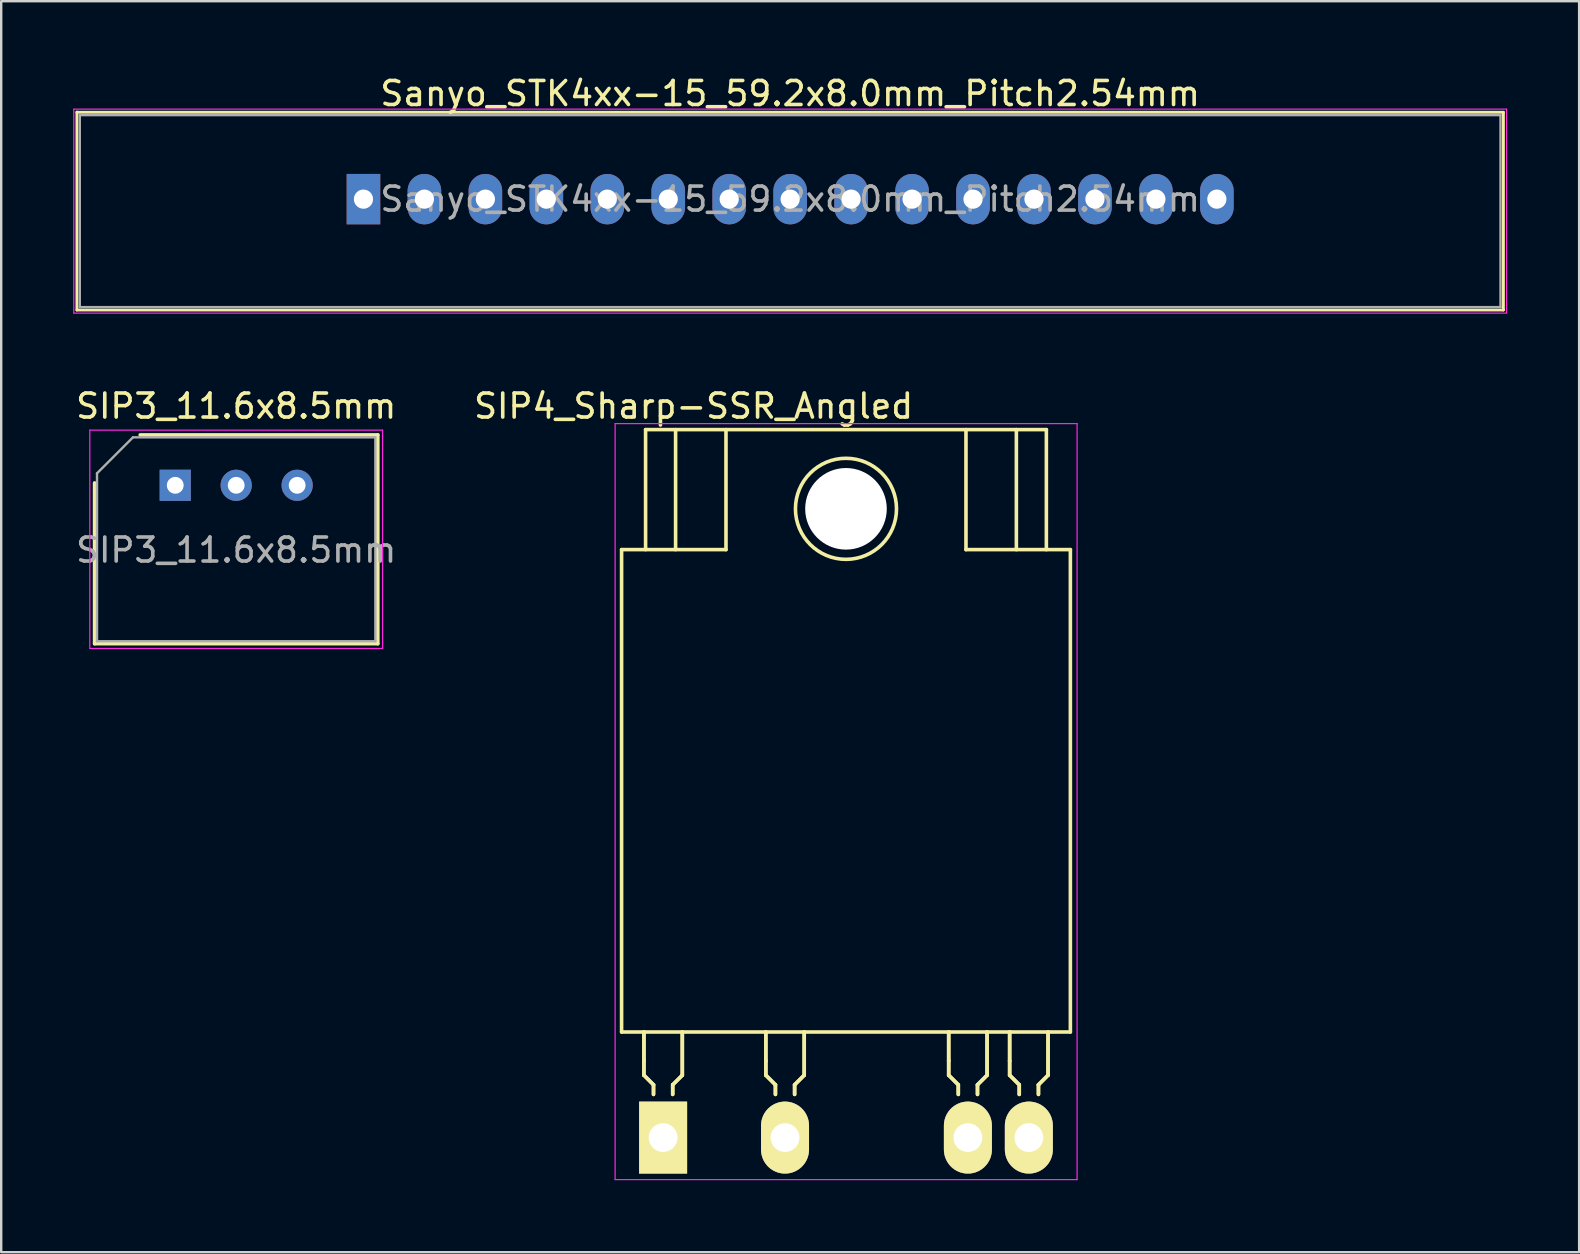
<source format=kicad_pcb>
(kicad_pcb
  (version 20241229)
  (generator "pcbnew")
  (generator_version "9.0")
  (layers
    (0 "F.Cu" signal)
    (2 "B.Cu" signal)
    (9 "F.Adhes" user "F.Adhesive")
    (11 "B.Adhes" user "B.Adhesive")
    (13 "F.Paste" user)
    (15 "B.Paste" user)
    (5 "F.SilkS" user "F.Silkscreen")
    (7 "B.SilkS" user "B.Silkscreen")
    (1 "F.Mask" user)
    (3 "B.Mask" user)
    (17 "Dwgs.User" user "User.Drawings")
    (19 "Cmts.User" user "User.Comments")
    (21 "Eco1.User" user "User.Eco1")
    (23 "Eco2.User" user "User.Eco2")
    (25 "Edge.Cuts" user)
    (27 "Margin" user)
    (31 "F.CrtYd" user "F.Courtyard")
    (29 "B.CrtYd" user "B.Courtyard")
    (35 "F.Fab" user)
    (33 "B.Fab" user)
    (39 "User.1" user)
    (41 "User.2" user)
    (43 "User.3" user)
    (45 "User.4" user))
  (footprint "SIP4_Sharp-SSR_Angled"
    (layer "F.Cu")
    (at 24.581 44.352)
    (property "Reference" "SIP4_Sharp-SSR_Angled" (at 1.27 -30.48 0) (layer "F.SilkS") (effects (font (size 1 1) (thickness 0.15))))
    (attr through_hole)
    (fp_line (start -1.73 -24.5) (end 2.62 -24.5) (stroke (width 0.15) (type solid)) (layer "F.SilkS"))
    (fp_line (start -1.73 -4.4) (end -1.73 -24.5) (stroke (width 0.15) (type solid)) (layer "F.SilkS"))
    (fp_line (start -0.8 -3.2) (end -0.8 -4.4) (stroke (width 0.15) (type solid)) (layer "F.SilkS"))
    (fp_line (start -0.8 -3.2) (end -0.8 -4.4) (stroke (width 0.15) (type solid)) (layer "F.SilkS"))
    (fp_line (start -0.8 -2.6) (end -0.8 -3.2) (stroke (width 0.15) (type solid)) (layer "F.SilkS"))
    (fp_line (start -0.8 -2.6) (end -0.8 -3.2) (stroke (width 0.15) (type solid)) (layer "F.SilkS"))
    (fp_line (start -0.73 -29.5) (end 15.97 -29.5) (stroke (width 0.15) (type solid)) (layer "F.SilkS"))
    (fp_line (start -0.73 -24.5) (end -0.73 -29.5) (stroke (width 0.15) (type solid)) (layer "F.SilkS"))
    (fp_line (start -0.4 -2.2) (end -0.8 -2.6) (stroke (width 0.15) (type solid)) (layer "F.SilkS"))
    (fp_line (start -0.4 -2.2) (end -0.8 -2.6) (stroke (width 0.15) (type solid)) (layer "F.SilkS"))
    (fp_line (start -0.4 -2.2) (end -0.4 -1.8) (stroke (width 0.15) (type solid)) (layer "F.SilkS"))
    (fp_line (start -0.4 -2.2) (end -0.4 -1.8) (stroke (width 0.15) (type solid)) (layer "F.SilkS"))
    (fp_line (start 0.4 -2.2) (end 0.8 -2.6) (stroke (width 0.15) (type solid)) (layer "F.SilkS"))
    (fp_line (start 0.4 -2.2) (end 0.8 -2.6) (stroke (width 0.15) (type solid)) (layer "F.SilkS"))
    (fp_line (start 0.4 -1.8) (end 0.4 -2.2) (stroke (width 0.15) (type solid)) (layer "F.SilkS"))
    (fp_line (start 0.4 -1.8) (end 0.4 -2.2) (stroke (width 0.15) (type solid)) (layer "F.SilkS"))
    (fp_line (start 0.52 -24.5) (end 0.52 -29.5) (stroke (width 0.15) (type solid)) (layer "F.SilkS"))
    (fp_line (start 0.8 -2.6) (end 0.8 -4.4) (stroke (width 0.15) (type solid)) (layer "F.SilkS"))
    (fp_line (start 0.8 -2.6) (end 0.8 -4.4) (stroke (width 0.15) (type solid)) (layer "F.SilkS"))
    (fp_line (start 2.62 -29.5) (end 2.62 -24.5) (stroke (width 0.15) (type solid)) (layer "F.SilkS"))
    (fp_line (start 4.28 -3.2) (end 4.28 -4.4) (stroke (width 0.15) (type solid)) (layer "F.SilkS"))
    (fp_line (start 4.28 -3.2) (end 4.28 -4.4) (stroke (width 0.15) (type solid)) (layer "F.SilkS"))
    (fp_line (start 4.28 -2.6) (end 4.28 -3.2) (stroke (width 0.15) (type solid)) (layer "F.SilkS"))
    (fp_line (start 4.28 -2.6) (end 4.28 -3.2) (stroke (width 0.15) (type solid)) (layer "F.SilkS"))
    (fp_line (start 4.68 -2.2) (end 4.28 -2.6) (stroke (width 0.15) (type solid)) (layer "F.SilkS"))
    (fp_line (start 4.68 -2.2) (end 4.28 -2.6) (stroke (width 0.15) (type solid)) (layer "F.SilkS"))
    (fp_line (start 4.68 -2.2) (end 4.68 -1.8) (stroke (width 0.15) (type solid)) (layer "F.SilkS"))
    (fp_line (start 4.68 -2.2) (end 4.68 -1.8) (stroke (width 0.15) (type solid)) (layer "F.SilkS"))
    (fp_line (start 5.48 -2.2) (end 5.88 -2.6) (stroke (width 0.15) (type solid)) (layer "F.SilkS"))
    (fp_line (start 5.48 -2.2) (end 5.88 -2.6) (stroke (width 0.15) (type solid)) (layer "F.SilkS"))
    (fp_line (start 5.48 -1.8) (end 5.48 -2.2) (stroke (width 0.15) (type solid)) (layer "F.SilkS"))
    (fp_line (start 5.48 -1.8) (end 5.48 -2.2) (stroke (width 0.15) (type solid)) (layer "F.SilkS"))
    (fp_line (start 5.88 -2.6) (end 5.88 -4.4) (stroke (width 0.15) (type solid)) (layer "F.SilkS"))
    (fp_line (start 5.88 -2.6) (end 5.88 -4.4) (stroke (width 0.15) (type solid)) (layer "F.SilkS"))
    (fp_line (start 11.9 -3.2) (end 11.9 -4.4) (stroke (width 0.15) (type solid)) (layer "F.SilkS"))
    (fp_line (start 11.9 -3.2) (end 11.9 -4.4) (stroke (width 0.15) (type solid)) (layer "F.SilkS"))
    (fp_line (start 11.9 -2.6) (end 11.9 -3.2) (stroke (width 0.15) (type solid)) (layer "F.SilkS"))
    (fp_line (start 11.9 -2.6) (end 11.9 -3.2) (stroke (width 0.15) (type solid)) (layer "F.SilkS"))
    (fp_line (start 12.3 -2.2) (end 11.9 -2.6) (stroke (width 0.15) (type solid)) (layer "F.SilkS"))
    (fp_line (start 12.3 -2.2) (end 11.9 -2.6) (stroke (width 0.15) (type solid)) (layer "F.SilkS"))
    (fp_line (start 12.3 -2.2) (end 12.3 -1.8) (stroke (width 0.15) (type solid)) (layer "F.SilkS"))
    (fp_line (start 12.3 -2.2) (end 12.3 -1.8) (stroke (width 0.15) (type solid)) (layer "F.SilkS"))
    (fp_line (start 12.62 -29.5) (end 12.62 -24.5) (stroke (width 0.15) (type solid)) (layer "F.SilkS"))
    (fp_line (start 12.62 -24.5) (end 16.97 -24.5) (stroke (width 0.15) (type solid)) (layer "F.SilkS"))
    (fp_line (start 13.1 -2.2) (end 13.5 -2.6) (stroke (width 0.15) (type solid)) (layer "F.SilkS"))
    (fp_line (start 13.1 -2.2) (end 13.5 -2.6) (stroke (width 0.15) (type solid)) (layer "F.SilkS"))
    (fp_line (start 13.1 -1.8) (end 13.1 -2.2) (stroke (width 0.15) (type solid)) (layer "F.SilkS"))
    (fp_line (start 13.1 -1.8) (end 13.1 -2.2) (stroke (width 0.15) (type solid)) (layer "F.SilkS"))
    (fp_line (start 13.5 -2.6) (end 13.5 -4.4) (stroke (width 0.15) (type solid)) (layer "F.SilkS"))
    (fp_line (start 13.5 -2.6) (end 13.5 -4.4) (stroke (width 0.15) (type solid)) (layer "F.SilkS"))
    (fp_line (start 14.44 -3.2) (end 14.44 -4.4) (stroke (width 0.15) (type solid)) (layer "F.SilkS"))
    (fp_line (start 14.44 -3.2) (end 14.44 -4.4) (stroke (width 0.15) (type solid)) (layer "F.SilkS"))
    (fp_line (start 14.44 -2.6) (end 14.44 -3.2) (stroke (width 0.15) (type solid)) (layer "F.SilkS"))
    (fp_line (start 14.44 -2.6) (end 14.44 -3.2) (stroke (width 0.15) (type solid)) (layer "F.SilkS"))
    (fp_line (start 14.72 -24.5) (end 14.72 -29.5) (stroke (width 0.15) (type solid)) (layer "F.SilkS"))
    (fp_line (start 14.84 -2.2) (end 14.44 -2.6) (stroke (width 0.15) (type solid)) (layer "F.SilkS"))
    (fp_line (start 14.84 -2.2) (end 14.44 -2.6) (stroke (width 0.15) (type solid)) (layer "F.SilkS"))
    (fp_line (start 14.84 -2.2) (end 14.84 -1.8) (stroke (width 0.15) (type solid)) (layer "F.SilkS"))
    (fp_line (start 14.84 -2.2) (end 14.84 -1.8) (stroke (width 0.15) (type solid)) (layer "F.SilkS"))
    (fp_line (start 15.64 -2.2) (end 16.04 -2.6) (stroke (width 0.15) (type solid)) (layer "F.SilkS"))
    (fp_line (start 15.64 -2.2) (end 16.04 -2.6) (stroke (width 0.15) (type solid)) (layer "F.SilkS"))
    (fp_line (start 15.64 -1.8) (end 15.64 -2.2) (stroke (width 0.15) (type solid)) (layer "F.SilkS"))
    (fp_line (start 15.64 -1.8) (end 15.64 -2.2) (stroke (width 0.15) (type solid)) (layer "F.SilkS"))
    (fp_line (start 15.97 -24.5) (end 15.97 -29.5) (stroke (width 0.15) (type solid)) (layer "F.SilkS"))
    (fp_line (start 16.04 -2.6) (end 16.04 -4.4) (stroke (width 0.15) (type solid)) (layer "F.SilkS"))
    (fp_line (start 16.04 -2.6) (end 16.04 -4.4) (stroke (width 0.15) (type solid)) (layer "F.SilkS"))
    (fp_line (start 16.97 -24.5) (end 16.97 -4.4) (stroke (width 0.15) (type solid)) (layer "F.SilkS"))
    (fp_line (start 16.97 -4.4) (end -1.73 -4.4) (stroke (width 0.15) (type solid)) (layer "F.SilkS"))
    (fp_circle (center 7.62 -26.2) (end 9.35 -27.4) (stroke (width 0.15) (type solid)) (fill no) (layer "F.SilkS"))
    (fp_line (start -2 -29.75) (end 17.25 -29.75) (stroke (width 0.05) (type solid)) (layer "F.CrtYd"))
    (fp_line (start -2 1.75) (end -2 -29.75) (stroke (width 0.05) (type solid)) (layer "F.CrtYd"))
    (fp_line (start 17.25 -29.75) (end 17.25 1.75) (stroke (width 0.05) (type solid)) (layer "F.CrtYd"))
    (fp_line (start 17.25 1.75) (end -2 1.75) (stroke (width 0.05) (type solid)) (layer "F.CrtYd"))
    (pad "" np_thru_hole circle (at 7.62 -26.2) (size 3.4 3.4) (drill 3.4) (layers "*.Cu" "*.Mask"))
    (pad "1" thru_hole rect (at 0 0) (size 2 3) (drill 1.2) (layers "*.Cu" "*.Mask" "F.SilkS"))
    (pad "2" thru_hole oval (at 5.08 0) (size 2 3) (drill 1.2) (layers "*.Cu" "*.Mask" "F.SilkS"))
    (pad "3" thru_hole oval (at 12.7 0) (size 2 3) (drill 1.2) (layers "*.Cu" "*.Mask" "F.SilkS"))
    (pad "4" thru_hole oval (at 15.24 0) (size 2 3) (drill 1.2) (layers "*.Cu" "*.Mask" "F.SilkS")))
  (footprint "SIP3_11.6x8.5mm"
    (layer "F.Cu")
    (at 4.252 17.172)
    (property "Reference" "SIP3_11.6x8.5mm" (at 2.54 -3.3 0) (layer "F.SilkS") (effects (font (size 1 1) (thickness 0.15))))
    (attr through_hole)
    (fp_line (start -3.36 6.6) (end -3.36 -0.1) (stroke (width 0.15) (type solid)) (layer "F.SilkS"))
    (fp_line (start -1.46 -2.1) (end 8.44 -2.1) (stroke (width 0.15) (type solid)) (layer "F.SilkS"))
    (fp_line (start 8.44 -2.1) (end 8.44 6.6) (stroke (width 0.15) (type solid)) (layer "F.SilkS"))
    (fp_line (start 8.44 6.6) (end -3.36 6.6) (stroke (width 0.15) (type solid)) (layer "F.SilkS"))
    (fp_line (start -3.56 -2.3) (end -3.56 6.8) (stroke (width 0.05) (type solid)) (layer "F.CrtYd"))
    (fp_line (start -3.56 -2.3) (end 8.64 -2.3) (stroke (width 0.05) (type solid)) (layer "F.CrtYd"))
    (fp_line (start -3.56 6.8) (end 8.64 6.8) (stroke (width 0.05) (type solid)) (layer "F.CrtYd"))
    (fp_line (start 8.64 -2.3) (end 8.64 6.8) (stroke (width 0.05) (type solid)) (layer "F.CrtYd"))
    (fp_line (start -3.26 -0.5) (end -3.26 6.5) (stroke (width 0.1) (type solid)) (layer "F.Fab"))
    (fp_line (start -3.26 -0.5) (end -1.76 -2) (stroke (width 0.1) (type solid)) (layer "F.Fab"))
    (fp_line (start -3.26 6.5) (end 8.34 6.5) (stroke (width 0.1) (type solid)) (layer "F.Fab"))
    (fp_line (start 8.34 -2) (end -1.76 -2) (stroke (width 0.1) (type solid)) (layer "F.Fab"))
    (fp_line (start 8.34 6.5) (end 8.34 -2) (stroke (width 0.1) (type solid)) (layer "F.Fab"))
    (fp_text user "${REFERENCE}" (at 2.54 2.7 0) (layer "F.Fab") (effects (font (size 1 1) (thickness 0.15))))
    (pad "1" thru_hole rect (at 0 0 90) (size 1.3 1.3) (drill 0.7) (layers "*.Cu" "*.Mask"))
    (pad "2" thru_hole circle (at 2.54 0) (size 1.3 1.3) (drill 0.7) (layers "*.Cu" "*.Mask"))
    (pad "3" thru_hole circle (at 5.08 0 90) (size 1.3 1.3) (drill 0.7) (layers "*.Cu" "*.Mask")))
  (footprint "Sanyo_STK4xx-15_59.2x8.0mm_Pitch2.54mm"
    (layer "F.Cu")
    (at 12.095 5.248)
    (property "Reference" "Sanyo_STK4xx-15_59.2x8.0mm_Pitch2.54mm" (at 17.78 -4.4 0) (layer "F.SilkS") (effects (font (size 1 1) (thickness 0.15))))
    (attr through_hole)
    (fp_line (start -11.94 -3.62) (end 47.5 -3.62) (stroke (width 0.12) (type solid)) (layer "F.SilkS"))
    (fp_line (start -11.94 4.62) (end -11.94 -3.63) (stroke (width 0.12) (type solid)) (layer "F.SilkS"))
    (fp_line (start 47.5 -3.62) (end 47.5 4.62) (stroke (width 0.12) (type solid)) (layer "F.SilkS"))
    (fp_line (start 47.5 4.62) (end -11.94 4.62) (stroke (width 0.12) (type solid)) (layer "F.SilkS"))
    (fp_line (start -12.07 -3.75) (end 47.63 -3.75) (stroke (width 0.05) (type solid)) (layer "F.CrtYd"))
    (fp_line (start -12.07 4.75) (end -12.07 -3.75) (stroke (width 0.05) (type solid)) (layer "F.CrtYd"))
    (fp_line (start 47.6 4.75) (end -12.07 4.75) (stroke (width 0.05) (type solid)) (layer "F.CrtYd"))
    (fp_line (start 47.63 -3.75) (end 47.63 4.75) (stroke (width 0.05) (type solid)) (layer "F.CrtYd"))
    (fp_line (start -11.82 -3.5) (end 47.38 -3.5) (stroke (width 0.1) (type solid)) (layer "F.Fab"))
    (fp_line (start -11.82 4.5) (end -11.82 -3.5) (stroke (width 0.1) (type solid)) (layer "F.Fab"))
    (fp_line (start 47.38 -3.5) (end 47.38 4.5) (stroke (width 0.1) (type solid)) (layer "F.Fab"))
    (fp_line (start 47.38 4.5) (end -11.82 4.5) (stroke (width 0.1) (type solid)) (layer "F.Fab"))
    (fp_text user "${REFERENCE}" (at 17.78 0 0) (layer "F.Fab") (effects (font (size 1 1) (thickness 0.15))))
    (pad "1" thru_hole rect (at 0 0) (size 1.4 2.1) (drill 0.8) (layers "*.Cu" "*.Mask"))
    (pad "2" thru_hole oval (at 2.54 0) (size 1.4 2.1) (drill 0.8) (layers "*.Cu" "*.Mask"))
    (pad "3" thru_hole oval (at 5.08 0) (size 1.4 2.1) (drill 0.8) (layers "*.Cu" "*.Mask"))
    (pad "4" thru_hole oval (at 7.62 0) (size 1.4 2.1) (drill 0.8) (layers "*.Cu" "*.Mask"))
    (pad "5" thru_hole oval (at 10.16 0) (size 1.4 2.1) (drill 0.8) (layers "*.Cu" "*.Mask"))
    (pad "6" thru_hole oval (at 12.7 0) (size 1.4 2.1) (drill 0.8) (layers "*.Cu" "*.Mask"))
    (pad "7" thru_hole oval (at 15.24 0) (size 1.4 2.1) (drill 0.8) (layers "*.Cu" "*.Mask"))
    (pad "8" thru_hole oval (at 17.78 0) (size 1.4 2.1) (drill 0.8) (layers "*.Cu" "*.Mask"))
    (pad "9" thru_hole oval (at 20.32 0) (size 1.4 2.1) (drill 0.8) (layers "*.Cu" "*.Mask"))
    (pad "10" thru_hole oval (at 22.86 0) (size 1.4 2.1) (drill 0.8) (layers "*.Cu" "*.Mask"))
    (pad "11" thru_hole oval (at 25.4 0) (size 1.4 2.1) (drill 0.8) (layers "*.Cu" "*.Mask"))
    (pad "12" thru_hole oval (at 27.94 0) (size 1.4 2.1) (drill 0.8) (layers "*.Cu" "*.Mask"))
    (pad "13" thru_hole oval (at 30.48 0) (size 1.4 2.1) (drill 0.8) (layers "*.Cu" "*.Mask"))
    (pad "14" thru_hole oval (at 33.02 0) (size 1.4 2.1) (drill 0.8) (layers "*.Cu" "*.Mask"))
    (pad "15" thru_hole oval (at 35.56 0) (size 1.4 2.1) (drill 0.8) (layers "*.Cu" "*.Mask")))
  (gr_rect
    (start -3 -3)
    (end 62.75 49.127)
    (stroke (width 0.1) (type default))
    (fill no)
    (layer "Edge.Cuts")))
</source>
